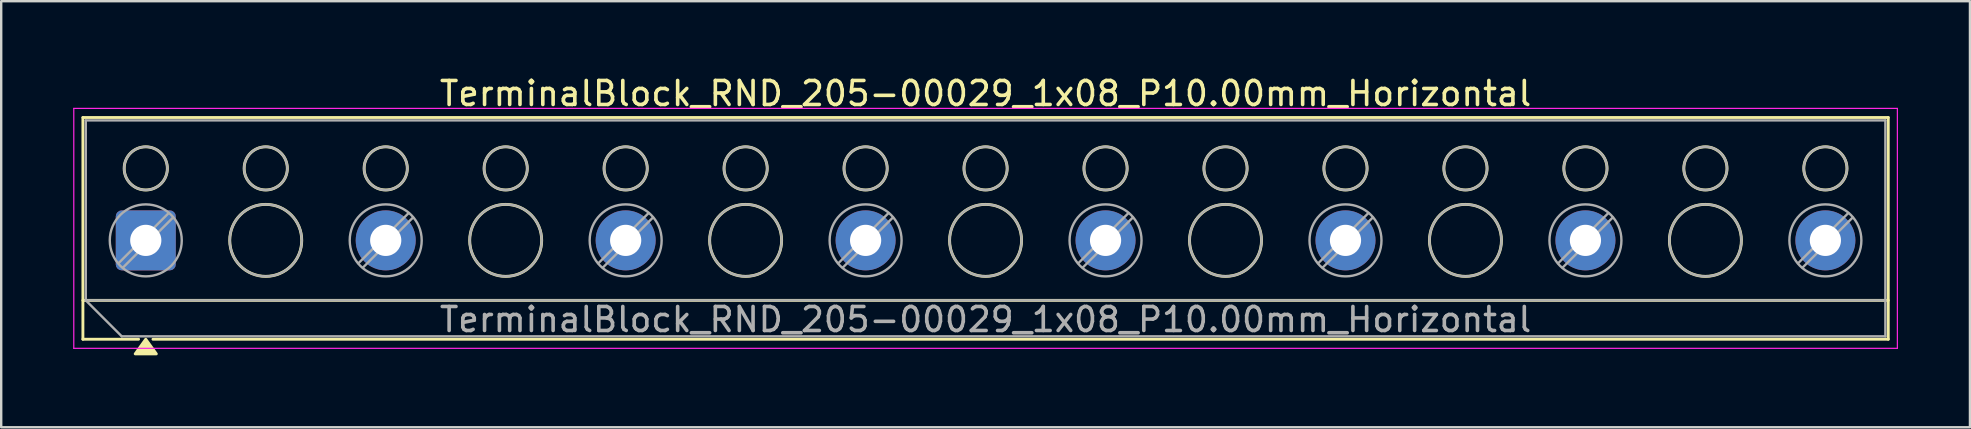
<source format=kicad_pcb>
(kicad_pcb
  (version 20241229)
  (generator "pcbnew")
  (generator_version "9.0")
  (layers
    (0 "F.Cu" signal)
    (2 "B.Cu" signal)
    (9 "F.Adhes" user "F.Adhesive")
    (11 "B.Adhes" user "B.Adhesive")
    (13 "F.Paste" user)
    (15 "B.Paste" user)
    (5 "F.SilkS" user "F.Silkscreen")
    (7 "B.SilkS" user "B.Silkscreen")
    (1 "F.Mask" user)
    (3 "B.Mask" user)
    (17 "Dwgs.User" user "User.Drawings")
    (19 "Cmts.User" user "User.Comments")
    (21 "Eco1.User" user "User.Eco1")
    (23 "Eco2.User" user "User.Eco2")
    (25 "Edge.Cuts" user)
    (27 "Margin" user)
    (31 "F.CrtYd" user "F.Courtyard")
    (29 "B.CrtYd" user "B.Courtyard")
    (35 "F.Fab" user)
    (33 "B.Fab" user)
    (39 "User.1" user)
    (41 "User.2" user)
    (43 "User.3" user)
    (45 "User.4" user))
  (footprint "TerminalBlock_RND_205-00029_1x08_P10.00mm_Horizontal"
    (layer "F.Cu")
    (at 3.025 6.968)
    (property "Reference" "TerminalBlock_RND_205-00029_1x08_P10.00mm_Horizontal" (at 35 -6.12 0) (layer "F.SilkS") (effects (font (size 1 1) (thickness 0.15))))
    (attr through_hole)
    (fp_line (start -2.62 -5.12) (end -2.62 4.12) (stroke (width 0.12) (type solid)) (layer "F.SilkS"))
    (fp_line (start -2.62 -5.12) (end 72.62 -5.12) (stroke (width 0.12) (type solid)) (layer "F.SilkS"))
    (fp_line (start -2.62 2.5) (end 72.62 2.5) (stroke (width 0.12) (type solid)) (layer "F.SilkS"))
    (fp_line (start -2.62 4.12) (end -0.3 4.12) (stroke (width 0.12) (type solid)) (layer "F.SilkS"))
    (fp_line (start 0.3 4.12) (end 72.62 4.12) (stroke (width 0.12) (type solid)) (layer "F.SilkS"))
    (fp_line (start 72.62 -5.12) (end 72.62 4.12) (stroke (width 0.12) (type solid)) (layer "F.SilkS"))
    (fp_circle (center 0 -3) (end 0.9 -3) (stroke (width 0.12) (type solid)) (fill no) (layer "F.SilkS"))
    (fp_circle (center 5 -3) (end 5.9 -3) (stroke (width 0.12) (type solid)) (fill no) (layer "F.SilkS"))
    (fp_circle (center 5 0) (end 6.5 0) (stroke (width 0.12) (type solid)) (fill no) (layer "F.SilkS"))
    (fp_circle (center 10 -3) (end 10.9 -3) (stroke (width 0.12) (type solid)) (fill no) (layer "F.SilkS"))
    (fp_circle (center 15 -3) (end 15.9 -3) (stroke (width 0.12) (type solid)) (fill no) (layer "F.SilkS"))
    (fp_circle (center 15 0) (end 16.5 0) (stroke (width 0.12) (type solid)) (fill no) (layer "F.SilkS"))
    (fp_circle (center 20 -3) (end 20.9 -3) (stroke (width 0.12) (type solid)) (fill no) (layer "F.SilkS"))
    (fp_circle (center 25 -3) (end 25.9 -3) (stroke (width 0.12) (type solid)) (fill no) (layer "F.SilkS"))
    (fp_circle (center 25 0) (end 26.5 0) (stroke (width 0.12) (type solid)) (fill no) (layer "F.SilkS"))
    (fp_circle (center 30 -3) (end 30.9 -3) (stroke (width 0.12) (type solid)) (fill no) (layer "F.SilkS"))
    (fp_circle (center 35 -3) (end 35.9 -3) (stroke (width 0.12) (type solid)) (fill no) (layer "F.SilkS"))
    (fp_circle (center 35 0) (end 36.5 0) (stroke (width 0.12) (type solid)) (fill no) (layer "F.SilkS"))
    (fp_circle (center 40 -3) (end 40.9 -3) (stroke (width 0.12) (type solid)) (fill no) (layer "F.SilkS"))
    (fp_circle (center 45 -3) (end 45.9 -3) (stroke (width 0.12) (type solid)) (fill no) (layer "F.SilkS"))
    (fp_circle (center 45 0) (end 46.5 0) (stroke (width 0.12) (type solid)) (fill no) (layer "F.SilkS"))
    (fp_circle (center 50 -3) (end 50.9 -3) (stroke (width 0.12) (type solid)) (fill no) (layer "F.SilkS"))
    (fp_circle (center 55 -3) (end 55.9 -3) (stroke (width 0.12) (type solid)) (fill no) (layer "F.SilkS"))
    (fp_circle (center 55 0) (end 56.5 0) (stroke (width 0.12) (type solid)) (fill no) (layer "F.SilkS"))
    (fp_circle (center 60 -3) (end 60.9 -3) (stroke (width 0.12) (type solid)) (fill no) (layer "F.SilkS"))
    (fp_circle (center 65 -3) (end 65.9 -3) (stroke (width 0.12) (type solid)) (fill no) (layer "F.SilkS"))
    (fp_circle (center 65 0) (end 66.5 0) (stroke (width 0.12) (type solid)) (fill no) (layer "F.SilkS"))
    (fp_circle (center 70 -3) (end 70.9 -3) (stroke (width 0.12) (type solid)) (fill no) (layer "F.SilkS"))
    (fp_poly (pts (xy 0 4.12) (xy 0.44 4.73) (xy -0.44 4.73)) (stroke (width 0.12) (type solid)) (fill yes) (layer "F.SilkS"))
    (fp_line (start -3 -5.5) (end -3 4.5) (stroke (width 0.05) (type solid)) (layer "F.CrtYd"))
    (fp_line (start -3 4.5) (end 73 4.5) (stroke (width 0.05) (type solid)) (layer "F.CrtYd"))
    (fp_line (start 73 -5.5) (end -3 -5.5) (stroke (width 0.05) (type solid)) (layer "F.CrtYd"))
    (fp_line (start 73 4.5) (end 73 -5.5) (stroke (width 0.05) (type solid)) (layer "F.CrtYd"))
    (fp_line (start -2.5 -5) (end 72.5 -5) (stroke (width 0.1) (type solid)) (layer "F.Fab"))
    (fp_line (start -2.5 2.5) (end -2.5 -5) (stroke (width 0.1) (type solid)) (layer "F.Fab"))
    (fp_line (start -2.5 2.5) (end 72.5 2.5) (stroke (width 0.1) (type solid)) (layer "F.Fab"))
    (fp_line (start -1 4) (end -2.5 2.5) (stroke (width 0.1) (type solid)) (layer "F.Fab"))
    (fp_line (start 0.955 -1.138) (end -1.138 0.954) (stroke (width 0.1) (type solid)) (layer "F.Fab"))
    (fp_line (start 1.138 -0.954) (end -0.955 1.137) (stroke (width 0.1) (type solid)) (layer "F.Fab"))
    (fp_line (start 10.955 -1.138) (end 8.862 0.954) (stroke (width 0.1) (type solid)) (layer "F.Fab"))
    (fp_line (start 11.138 -0.954) (end 9.045 1.137) (stroke (width 0.1) (type solid)) (layer "F.Fab"))
    (fp_line (start 20.955 -1.138) (end 18.862 0.954) (stroke (width 0.1) (type solid)) (layer "F.Fab"))
    (fp_line (start 21.138 -0.954) (end 19.045 1.137) (stroke (width 0.1) (type solid)) (layer "F.Fab"))
    (fp_line (start 30.955 -1.138) (end 28.862 0.954) (stroke (width 0.1) (type solid)) (layer "F.Fab"))
    (fp_line (start 31.138 -0.954) (end 29.045 1.137) (stroke (width 0.1) (type solid)) (layer "F.Fab"))
    (fp_line (start 40.955 -1.138) (end 38.862 0.954) (stroke (width 0.1) (type solid)) (layer "F.Fab"))
    (fp_line (start 41.138 -0.954) (end 39.045 1.137) (stroke (width 0.1) (type solid)) (layer "F.Fab"))
    (fp_line (start 50.955 -1.138) (end 48.862 0.954) (stroke (width 0.1) (type solid)) (layer "F.Fab"))
    (fp_line (start 51.138 -0.954) (end 49.045 1.137) (stroke (width 0.1) (type solid)) (layer "F.Fab"))
    (fp_line (start 60.955 -1.138) (end 58.862 0.954) (stroke (width 0.1) (type solid)) (layer "F.Fab"))
    (fp_line (start 61.138 -0.954) (end 59.045 1.137) (stroke (width 0.1) (type solid)) (layer "F.Fab"))
    (fp_line (start 70.955 -1.138) (end 68.862 0.954) (stroke (width 0.1) (type solid)) (layer "F.Fab"))
    (fp_line (start 71.138 -0.954) (end 69.045 1.137) (stroke (width 0.1) (type solid)) (layer "F.Fab"))
    (fp_line (start 72.5 -5) (end 72.5 4) (stroke (width 0.1) (type solid)) (layer "F.Fab"))
    (fp_line (start 72.5 4) (end -1 4) (stroke (width 0.1) (type solid)) (layer "F.Fab"))
    (fp_circle (center 0 -3) (end 0.9 -3) (stroke (width 0.1) (type solid)) (fill no) (layer "F.Fab"))
    (fp_circle (center 0 0) (end 1.5 0) (stroke (width 0.1) (type solid)) (fill no) (layer "F.Fab"))
    (fp_circle (center 5 -3) (end 5.9 -3) (stroke (width 0.1) (type solid)) (fill no) (layer "F.Fab"))
    (fp_circle (center 5 0) (end 6.5 0) (stroke (width 0.1) (type solid)) (fill no) (layer "F.Fab"))
    (fp_circle (center 10 -3) (end 10.9 -3) (stroke (width 0.1) (type solid)) (fill no) (layer "F.Fab"))
    (fp_circle (center 10 0) (end 11.5 0) (stroke (width 0.1) (type solid)) (fill no) (layer "F.Fab"))
    (fp_circle (center 15 -3) (end 15.9 -3) (stroke (width 0.1) (type solid)) (fill no) (layer "F.Fab"))
    (fp_circle (center 15 0) (end 16.5 0) (stroke (width 0.1) (type solid)) (fill no) (layer "F.Fab"))
    (fp_circle (center 20 -3) (end 20.9 -3) (stroke (width 0.1) (type solid)) (fill no) (layer "F.Fab"))
    (fp_circle (center 20 0) (end 21.5 0) (stroke (width 0.1) (type solid)) (fill no) (layer "F.Fab"))
    (fp_circle (center 25 -3) (end 25.9 -3) (stroke (width 0.1) (type solid)) (fill no) (layer "F.Fab"))
    (fp_circle (center 25 0) (end 26.5 0) (stroke (width 0.1) (type solid)) (fill no) (layer "F.Fab"))
    (fp_circle (center 30 -3) (end 30.9 -3) (stroke (width 0.1) (type solid)) (fill no) (layer "F.Fab"))
    (fp_circle (center 30 0) (end 31.5 0) (stroke (width 0.1) (type solid)) (fill no) (layer "F.Fab"))
    (fp_circle (center 35 -3) (end 35.9 -3) (stroke (width 0.1) (type solid)) (fill no) (layer "F.Fab"))
    (fp_circle (center 35 0) (end 36.5 0) (stroke (width 0.1) (type solid)) (fill no) (layer "F.Fab"))
    (fp_circle (center 40 -3) (end 40.9 -3) (stroke (width 0.1) (type solid)) (fill no) (layer "F.Fab"))
    (fp_circle (center 40 0) (end 41.5 0) (stroke (width 0.1) (type solid)) (fill no) (layer "F.Fab"))
    (fp_circle (center 45 -3) (end 45.9 -3) (stroke (width 0.1) (type solid)) (fill no) (layer "F.Fab"))
    (fp_circle (center 45 0) (end 46.5 0) (stroke (width 0.1) (type solid)) (fill no) (layer "F.Fab"))
    (fp_circle (center 50 -3) (end 50.9 -3) (stroke (width 0.1) (type solid)) (fill no) (layer "F.Fab"))
    (fp_circle (center 50 0) (end 51.5 0) (stroke (width 0.1) (type solid)) (fill no) (layer "F.Fab"))
    (fp_circle (center 55 -3) (end 55.9 -3) (stroke (width 0.1) (type solid)) (fill no) (layer "F.Fab"))
    (fp_circle (center 55 0) (end 56.5 0) (stroke (width 0.1) (type solid)) (fill no) (layer "F.Fab"))
    (fp_circle (center 60 -3) (end 60.9 -3) (stroke (width 0.1) (type solid)) (fill no) (layer "F.Fab"))
    (fp_circle (center 60 0) (end 61.5 0) (stroke (width 0.1) (type solid)) (fill no) (layer "F.Fab"))
    (fp_circle (center 65 -3) (end 65.9 -3) (stroke (width 0.1) (type solid)) (fill no) (layer "F.Fab"))
    (fp_circle (center 65 0) (end 66.5 0) (stroke (width 0.1) (type solid)) (fill no) (layer "F.Fab"))
    (fp_circle (center 70 -3) (end 70.9 -3) (stroke (width 0.1) (type solid)) (fill no) (layer "F.Fab"))
    (fp_circle (center 70 0) (end 71.5 0) (stroke (width 0.1) (type solid)) (fill no) (layer "F.Fab"))
    (fp_text user "${REFERENCE}" (at 35 3.3 0) (layer "F.Fab") (effects (font (size 1 1) (thickness 0.15))))
    (pad "1" thru_hole roundrect (at 0 0) (size 2.5 2.5) (drill 1.3) (layers "*.Cu" "*.Mask") (roundrect_rratio 0.1))
    (pad "2" thru_hole circle (at 10 0) (size 2.5 2.5) (drill 1.3) (layers "*.Cu" "*.Mask"))
    (pad "3" thru_hole circle (at 20 0) (size 2.5 2.5) (drill 1.3) (layers "*.Cu" "*.Mask"))
    (pad "4" thru_hole circle (at 30 0) (size 2.5 2.5) (drill 1.3) (layers "*.Cu" "*.Mask"))
    (pad "5" thru_hole circle (at 40 0) (size 2.5 2.5) (drill 1.3) (layers "*.Cu" "*.Mask"))
    (pad "6" thru_hole circle (at 50 0) (size 2.5 2.5) (drill 1.3) (layers "*.Cu" "*.Mask"))
    (pad "7" thru_hole circle (at 60 0) (size 2.5 2.5) (drill 1.3) (layers "*.Cu" "*.Mask"))
    (pad "8" thru_hole circle (at 70 0) (size 2.5 2.5) (drill 1.3) (layers "*.Cu" "*.Mask")))
  (gr_rect
    (start -3 -3)
    (end 79.05 14.758)
    (stroke (width 0.1) (type default))
    (fill no)
    (layer "Edge.Cuts")))
</source>
